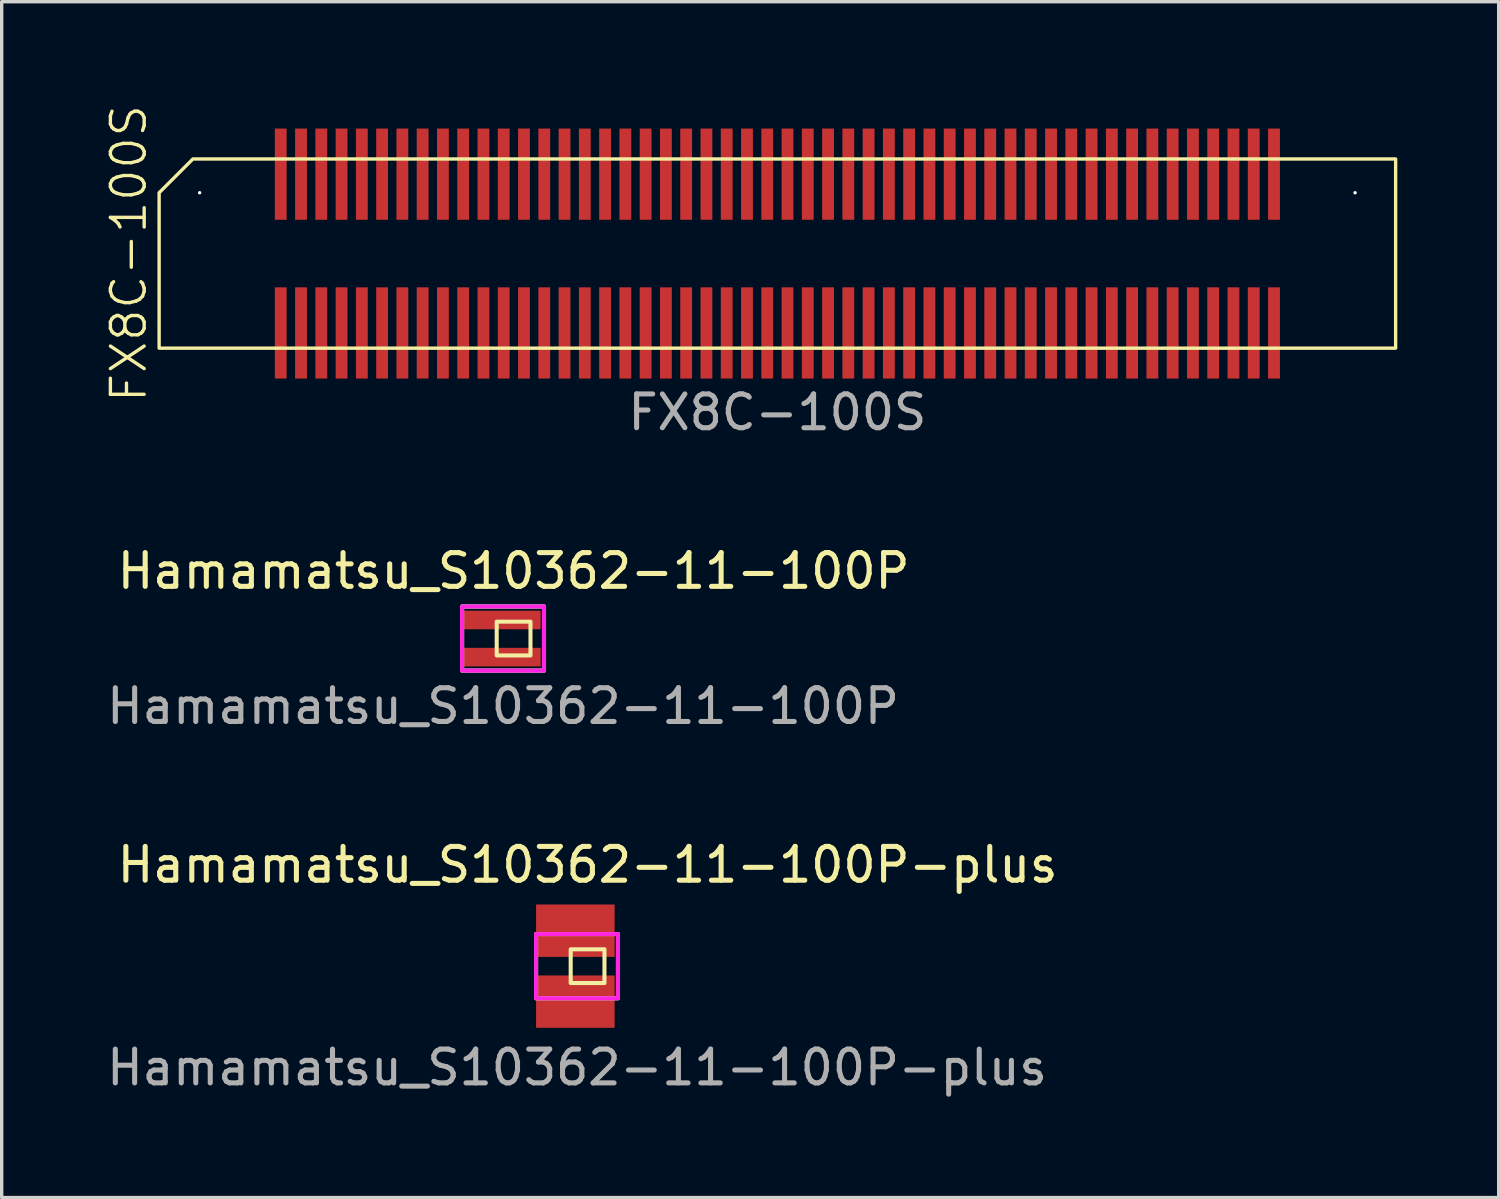
<source format=kicad_pcb>
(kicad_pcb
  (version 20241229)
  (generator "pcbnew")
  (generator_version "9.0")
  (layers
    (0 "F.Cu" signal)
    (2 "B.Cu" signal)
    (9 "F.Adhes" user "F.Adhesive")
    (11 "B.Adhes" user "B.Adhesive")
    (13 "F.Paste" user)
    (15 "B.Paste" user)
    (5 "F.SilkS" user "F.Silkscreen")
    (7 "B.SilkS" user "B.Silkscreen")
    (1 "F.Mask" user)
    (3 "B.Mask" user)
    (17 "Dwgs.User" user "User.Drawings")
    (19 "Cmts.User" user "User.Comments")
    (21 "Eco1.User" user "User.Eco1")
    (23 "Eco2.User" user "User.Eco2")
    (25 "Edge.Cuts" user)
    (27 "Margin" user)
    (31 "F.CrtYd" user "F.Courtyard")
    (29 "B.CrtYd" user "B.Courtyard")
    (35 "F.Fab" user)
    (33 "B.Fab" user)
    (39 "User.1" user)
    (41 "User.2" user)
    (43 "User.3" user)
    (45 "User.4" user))
  (footprint "FX8C-100S"
    (layer "F.Cu")
    (at 19.96 4.455)
    (property "Reference" "FX8C-100S" (at -19.2 0 90) (unlocked yes) (layer "F.SilkS") (effects (font (size 1 1) (thickness 0.1))))
    (attr smd)
    (fp_poly (pts (xy 18.3 2.8) (xy 18.3 -2.8) (xy -17.3 -2.8) (xy -18.3 -1.8) (xy -18.3 2.8)) (stroke (width 0.1) (type solid)) (fill no) (layer "F.SilkS"))
    (fp_text user "${REFERENCE}" (at 0 4.7 0) (unlocked yes) (layer "F.Fab") (effects (font (size 1 1) (thickness 0.15))))
    (pad "" np_thru_hole circle (at -17.1 -1.8) (size 0.1 0.1) (drill 1.1) (layers "*.Cu" "*.Mask"))
    (pad "" np_thru_hole circle (at 17.1 -1.8) (size 0.1 0.1) (drill 0.7) (layers "*.Cu" "*.Mask"))
    (pad "1" smd rect (at -14.7 -2.35) (size 0.35 2.7) (layers "F.Cu" "F.Mask" "F.Paste"))
    (pad "2" smd rect (at -14.1 -2.35) (size 0.35 2.7) (layers "F.Cu" "F.Mask" "F.Paste"))
    (pad "3" smd rect (at -13.5 -2.35) (size 0.35 2.7) (layers "F.Cu" "F.Mask" "F.Paste"))
    (pad "4" smd rect (at -12.9 -2.35) (size 0.35 2.7) (layers "F.Cu" "F.Mask" "F.Paste"))
    (pad "5" smd rect (at -12.3 -2.35) (size 0.35 2.7) (layers "F.Cu" "F.Mask" "F.Paste"))
    (pad "6" smd rect (at -11.7 -2.35) (size 0.35 2.7) (layers "F.Cu" "F.Mask" "F.Paste"))
    (pad "7" smd rect (at -11.1 -2.35) (size 0.35 2.7) (layers "F.Cu" "F.Mask" "F.Paste"))
    (pad "8" smd rect (at -10.5 -2.35) (size 0.35 2.7) (layers "F.Cu" "F.Mask" "F.Paste"))
    (pad "9" smd rect (at -9.9 -2.35) (size 0.35 2.7) (layers "F.Cu" "F.Mask" "F.Paste"))
    (pad "10" smd rect (at -9.3 -2.35) (size 0.35 2.7) (layers "F.Cu" "F.Mask" "F.Paste"))
    (pad "11" smd rect (at -8.7 -2.35) (size 0.35 2.7) (layers "F.Cu" "F.Mask" "F.Paste"))
    (pad "12" smd rect (at -8.1 -2.35) (size 0.35 2.7) (layers "F.Cu" "F.Mask" "F.Paste"))
    (pad "13" smd rect (at -7.5 -2.35) (size 0.35 2.7) (layers "F.Cu" "F.Mask" "F.Paste"))
    (pad "14" smd rect (at -6.9 -2.35) (size 0.35 2.7) (layers "F.Cu" "F.Mask" "F.Paste"))
    (pad "15" smd rect (at -6.3 -2.35) (size 0.35 2.7) (layers "F.Cu" "F.Mask" "F.Paste"))
    (pad "16" smd rect (at -5.7 -2.35) (size 0.35 2.7) (layers "F.Cu" "F.Mask" "F.Paste"))
    (pad "17" smd rect (at -5.1 -2.35) (size 0.35 2.7) (layers "F.Cu" "F.Mask" "F.Paste"))
    (pad "18" smd rect (at -4.5 -2.35) (size 0.35 2.7) (layers "F.Cu" "F.Mask" "F.Paste"))
    (pad "19" smd rect (at -3.9 -2.35) (size 0.35 2.7) (layers "F.Cu" "F.Mask" "F.Paste"))
    (pad "20" smd rect (at -3.3 -2.35) (size 0.35 2.7) (layers "F.Cu" "F.Mask" "F.Paste"))
    (pad "21" smd rect (at -2.7 -2.35) (size 0.35 2.7) (layers "F.Cu" "F.Mask" "F.Paste"))
    (pad "22" smd rect (at -2.1 -2.35) (size 0.35 2.7) (layers "F.Cu" "F.Mask" "F.Paste"))
    (pad "23" smd rect (at -1.5 -2.35) (size 0.35 2.7) (layers "F.Cu" "F.Mask" "F.Paste"))
    (pad "24" smd rect (at -0.9 -2.35) (size 0.35 2.7) (layers "F.Cu" "F.Mask" "F.Paste"))
    (pad "25" smd rect (at -0.3 -2.35) (size 0.35 2.7) (layers "F.Cu" "F.Mask" "F.Paste"))
    (pad "26" smd rect (at 0.3 -2.35) (size 0.35 2.7) (layers "F.Cu" "F.Mask" "F.Paste"))
    (pad "27" smd rect (at 0.9 -2.35) (size 0.35 2.7) (layers "F.Cu" "F.Mask" "F.Paste"))
    (pad "28" smd rect (at 1.5 -2.35) (size 0.35 2.7) (layers "F.Cu" "F.Mask" "F.Paste"))
    (pad "29" smd rect (at 2.1 -2.35) (size 0.35 2.7) (layers "F.Cu" "F.Mask" "F.Paste"))
    (pad "30" smd rect (at 2.7 -2.35) (size 0.35 2.7) (layers "F.Cu" "F.Mask" "F.Paste"))
    (pad "31" smd rect (at 3.3 -2.35) (size 0.35 2.7) (layers "F.Cu" "F.Mask" "F.Paste"))
    (pad "32" smd rect (at 3.9 -2.35) (size 0.35 2.7) (layers "F.Cu" "F.Mask" "F.Paste"))
    (pad "33" smd rect (at 4.5 -2.35) (size 0.35 2.7) (layers "F.Cu" "F.Mask" "F.Paste"))
    (pad "34" smd rect (at 5.1 -2.35) (size 0.35 2.7) (layers "F.Cu" "F.Mask" "F.Paste"))
    (pad "35" smd rect (at 5.7 -2.35) (size 0.35 2.7) (layers "F.Cu" "F.Mask" "F.Paste"))
    (pad "36" smd rect (at 6.3 -2.35) (size 0.35 2.7) (layers "F.Cu" "F.Mask" "F.Paste"))
    (pad "37" smd rect (at 6.9 -2.35) (size 0.35 2.7) (layers "F.Cu" "F.Mask" "F.Paste"))
    (pad "38" smd rect (at 7.5 -2.35) (size 0.35 2.7) (layers "F.Cu" "F.Mask" "F.Paste"))
    (pad "39" smd rect (at 8.1 -2.35) (size 0.35 2.7) (layers "F.Cu" "F.Mask" "F.Paste"))
    (pad "40" smd rect (at 8.7 -2.35) (size 0.35 2.7) (layers "F.Cu" "F.Mask" "F.Paste"))
    (pad "41" smd rect (at 9.3 -2.35) (size 0.35 2.7) (layers "F.Cu" "F.Mask" "F.Paste"))
    (pad "42" smd rect (at 9.9 -2.35) (size 0.35 2.7) (layers "F.Cu" "F.Mask" "F.Paste"))
    (pad "43" smd rect (at 10.5 -2.35) (size 0.35 2.7) (layers "F.Cu" "F.Mask" "F.Paste"))
    (pad "44" smd rect (at 11.1 -2.35) (size 0.35 2.7) (layers "F.Cu" "F.Mask" "F.Paste"))
    (pad "45" smd rect (at 11.7 -2.35) (size 0.35 2.7) (layers "F.Cu" "F.Mask" "F.Paste"))
    (pad "46" smd rect (at 12.3 -2.35) (size 0.35 2.7) (layers "F.Cu" "F.Mask" "F.Paste"))
    (pad "47" smd rect (at 12.9 -2.35) (size 0.35 2.7) (layers "F.Cu" "F.Mask" "F.Paste"))
    (pad "48" smd rect (at 13.5 -2.35) (size 0.35 2.7) (layers "F.Cu" "F.Mask" "F.Paste"))
    (pad "49" smd rect (at 14.1 -2.35) (size 0.35 2.7) (layers "F.Cu" "F.Mask" "F.Paste"))
    (pad "50" smd rect (at 14.7 -2.35) (size 0.35 2.7) (layers "F.Cu" "F.Mask" "F.Paste"))
    (pad "51" smd rect (at 14.7 2.35) (size 0.35 2.7) (layers "F.Cu" "F.Mask" "F.Paste"))
    (pad "52" smd rect (at 14.1 2.35) (size 0.35 2.7) (layers "F.Cu" "F.Mask" "F.Paste"))
    (pad "53" smd rect (at 13.5 2.35) (size 0.35 2.7) (layers "F.Cu" "F.Mask" "F.Paste"))
    (pad "54" smd rect (at 12.9 2.35) (size 0.35 2.7) (layers "F.Cu" "F.Mask" "F.Paste"))
    (pad "55" smd rect (at 12.3 2.35) (size 0.35 2.7) (layers "F.Cu" "F.Mask" "F.Paste"))
    (pad "56" smd rect (at 11.7 2.35) (size 0.35 2.7) (layers "F.Cu" "F.Mask" "F.Paste"))
    (pad "57" smd rect (at 11.1 2.35) (size 0.35 2.7) (layers "F.Cu" "F.Mask" "F.Paste"))
    (pad "58" smd rect (at 10.5 2.35) (size 0.35 2.7) (layers "F.Cu" "F.Mask" "F.Paste"))
    (pad "59" smd rect (at 9.9 2.35) (size 0.35 2.7) (layers "F.Cu" "F.Mask" "F.Paste"))
    (pad "60" smd rect (at 9.3 2.35) (size 0.35 2.7) (layers "F.Cu" "F.Mask" "F.Paste"))
    (pad "61" smd rect (at 8.7 2.35) (size 0.35 2.7) (layers "F.Cu" "F.Mask" "F.Paste"))
    (pad "62" smd rect (at 8.1 2.35) (size 0.35 2.7) (layers "F.Cu" "F.Mask" "F.Paste"))
    (pad "63" smd rect (at 7.5 2.35) (size 0.35 2.7) (layers "F.Cu" "F.Mask" "F.Paste"))
    (pad "64" smd rect (at 6.9 2.35) (size 0.35 2.7) (layers "F.Cu" "F.Mask" "F.Paste"))
    (pad "65" smd rect (at 6.3 2.35) (size 0.35 2.7) (layers "F.Cu" "F.Mask" "F.Paste"))
    (pad "66" smd rect (at 5.7 2.35) (size 0.35 2.7) (layers "F.Cu" "F.Mask" "F.Paste"))
    (pad "67" smd rect (at 5.1 2.35) (size 0.35 2.7) (layers "F.Cu" "F.Mask" "F.Paste"))
    (pad "68" smd rect (at 4.5 2.35) (size 0.35 2.7) (layers "F.Cu" "F.Mask" "F.Paste"))
    (pad "69" smd rect (at 3.9 2.35) (size 0.35 2.7) (layers "F.Cu" "F.Mask" "F.Paste"))
    (pad "70" smd rect (at 3.3 2.35) (size 0.35 2.7) (layers "F.Cu" "F.Mask" "F.Paste"))
    (pad "71" smd rect (at 2.7 2.35) (size 0.35 2.7) (layers "F.Cu" "F.Mask" "F.Paste"))
    (pad "72" smd rect (at 2.1 2.35) (size 0.35 2.7) (layers "F.Cu" "F.Mask" "F.Paste"))
    (pad "73" smd rect (at 1.5 2.35) (size 0.35 2.7) (layers "F.Cu" "F.Mask" "F.Paste"))
    (pad "74" smd rect (at 0.9 2.35) (size 0.35 2.7) (layers "F.Cu" "F.Mask" "F.Paste"))
    (pad "75" smd rect (at 0.3 2.35) (size 0.35 2.7) (layers "F.Cu" "F.Mask" "F.Paste"))
    (pad "76" smd rect (at -0.3 2.35) (size 0.35 2.7) (layers "F.Cu" "F.Mask" "F.Paste"))
    (pad "77" smd rect (at -0.9 2.35) (size 0.35 2.7) (layers "F.Cu" "F.Mask" "F.Paste"))
    (pad "78" smd rect (at -1.5 2.35) (size 0.35 2.7) (layers "F.Cu" "F.Mask" "F.Paste"))
    (pad "79" smd rect (at -2.1 2.35) (size 0.35 2.7) (layers "F.Cu" "F.Mask" "F.Paste"))
    (pad "80" smd rect (at -2.7 2.35) (size 0.35 2.7) (layers "F.Cu" "F.Mask" "F.Paste"))
    (pad "81" smd rect (at -3.3 2.35) (size 0.35 2.7) (layers "F.Cu" "F.Mask" "F.Paste"))
    (pad "82" smd rect (at -3.9 2.35) (size 0.35 2.7) (layers "F.Cu" "F.Mask" "F.Paste"))
    (pad "83" smd rect (at -4.5 2.35) (size 0.35 2.7) (layers "F.Cu" "F.Mask" "F.Paste"))
    (pad "84" smd rect (at -5.1 2.35) (size 0.35 2.7) (layers "F.Cu" "F.Mask" "F.Paste"))
    (pad "85" smd rect (at -5.7 2.35) (size 0.35 2.7) (layers "F.Cu" "F.Mask" "F.Paste"))
    (pad "86" smd rect (at -6.3 2.35) (size 0.35 2.7) (layers "F.Cu" "F.Mask" "F.Paste"))
    (pad "87" smd rect (at -6.9 2.35) (size 0.35 2.7) (layers "F.Cu" "F.Mask" "F.Paste"))
    (pad "88" smd rect (at -7.5 2.35) (size 0.35 2.7) (layers "F.Cu" "F.Mask" "F.Paste"))
    (pad "89" smd rect (at -8.1 2.35) (size 0.35 2.7) (layers "F.Cu" "F.Mask" "F.Paste"))
    (pad "90" smd rect (at -8.7 2.35) (size 0.35 2.7) (layers "F.Cu" "F.Mask" "F.Paste"))
    (pad "91" smd rect (at -9.3 2.35) (size 0.35 2.7) (layers "F.Cu" "F.Mask" "F.Paste"))
    (pad "92" smd rect (at -9.9 2.35) (size 0.35 2.7) (layers "F.Cu" "F.Mask" "F.Paste"))
    (pad "93" smd rect (at -10.5 2.35) (size 0.35 2.7) (layers "F.Cu" "F.Mask" "F.Paste"))
    (pad "94" smd rect (at -11.1 2.35) (size 0.35 2.7) (layers "F.Cu" "F.Mask" "F.Paste"))
    (pad "95" smd rect (at -11.7 2.35) (size 0.35 2.7) (layers "F.Cu" "F.Mask" "F.Paste"))
    (pad "96" smd rect (at -12.3 2.35) (size 0.35 2.7) (layers "F.Cu" "F.Mask" "F.Paste"))
    (pad "97" smd rect (at -12.9 2.35) (size 0.35 2.7) (layers "F.Cu" "F.Mask" "F.Paste"))
    (pad "98" smd rect (at -13.5 2.35) (size 0.35 2.7) (layers "F.Cu" "F.Mask" "F.Paste"))
    (pad "99" smd rect (at -14.1 2.35) (size 0.35 2.7) (layers "F.Cu" "F.Mask" "F.Paste"))
    (pad "100" smd rect (at -14.7 2.35) (size 0.35 2.7) (layers "F.Cu" "F.Mask" "F.Paste")))
  (footprint "Hamamatsu_S10362-11-100P"
    (layer "F.Cu")
    (at 12.152 15.851)
    (property "Reference" "Hamamatsu_S10362-11-100P" (at 0 -2 0) (layer "F.SilkS") (effects (font (size 1 1) (thickness 0.15))))
    (attr through_hole)
    (fp_rect (start -1.525 -0.95) (end 0.9 0.95) (stroke (width 0.12) (type solid)) (fill no) (layer "F.SilkS"))
    (fp_rect (start -0.5 -0.5) (end 0.5 0.5) (stroke (width 0.12) (type solid)) (fill no) (layer "F.SilkS"))
    (fp_rect (start -1.525 -0.95) (end 0.9 0.95) (stroke (width 0.12) (type solid)) (fill no) (layer "F.CrtYd"))
    (fp_rect (start -1.525 -0.95) (end 0.9 0.95) (stroke (width 0.12) (type solid)) (fill no) (layer "F.Fab"))
    (fp_text user "${REFERENCE}" (at -0.312 2 0) (layer "F.Fab") (effects (font (size 1 1) (thickness 0.15))))
    (pad "1" smd rect (at -0.362 -0.55) (size 2.325 0.55) (layers "F.Cu" "F.Mask" "F.Paste"))
    (pad "2" smd rect (at -0.362 0.55) (size 2.325 0.55) (layers "F.Cu" "F.Mask" "F.Paste")))
  (footprint "Hamamatsu_S10362-11-100P-plus"
    (layer "F.Cu")
    (at 14.342 25.548)
    (property "Reference" "Hamamatsu_S10362-11-100P-plus" (at 0 -3 0) (layer "F.SilkS") (effects (font (size 1 1) (thickness 0.15))))
    (attr through_hole)
    (fp_rect (start -1.525 -0.95) (end 0.9 0.95) (stroke (width 0.12) (type solid)) (fill no) (layer "F.SilkS"))
    (fp_rect (start -0.5 -0.5) (end 0.5 0.5) (stroke (width 0.12) (type solid)) (fill no) (layer "F.SilkS"))
    (fp_rect (start -1.525 -0.95) (end 0.9 0.95) (stroke (width 0.12) (type solid)) (fill no) (layer "F.CrtYd"))
    (fp_rect (start -1.525 -0.95) (end 0.9 0.95) (stroke (width 0.12) (type solid)) (fill no) (layer "F.Fab"))
    (fp_text user "${REFERENCE}" (at -0.312 3 0) (layer "F.Fab") (effects (font (size 1 1) (thickness 0.15))))
    (pad "1" smd rect (at -0.362 -1.05) (size 2.325 1.55) (layers "F.Cu" "F.Mask" "F.Paste"))
    (pad "2" smd rect (at -0.362 1.05) (size 2.325 1.55) (layers "F.Cu" "F.Mask" "F.Paste")))
  (gr_rect
    (start -3 -3)
    (end 41.31 32.396)
    (stroke (width 0.1) (type default))
    (fill no)
    (layer "Edge.Cuts")))
</source>
